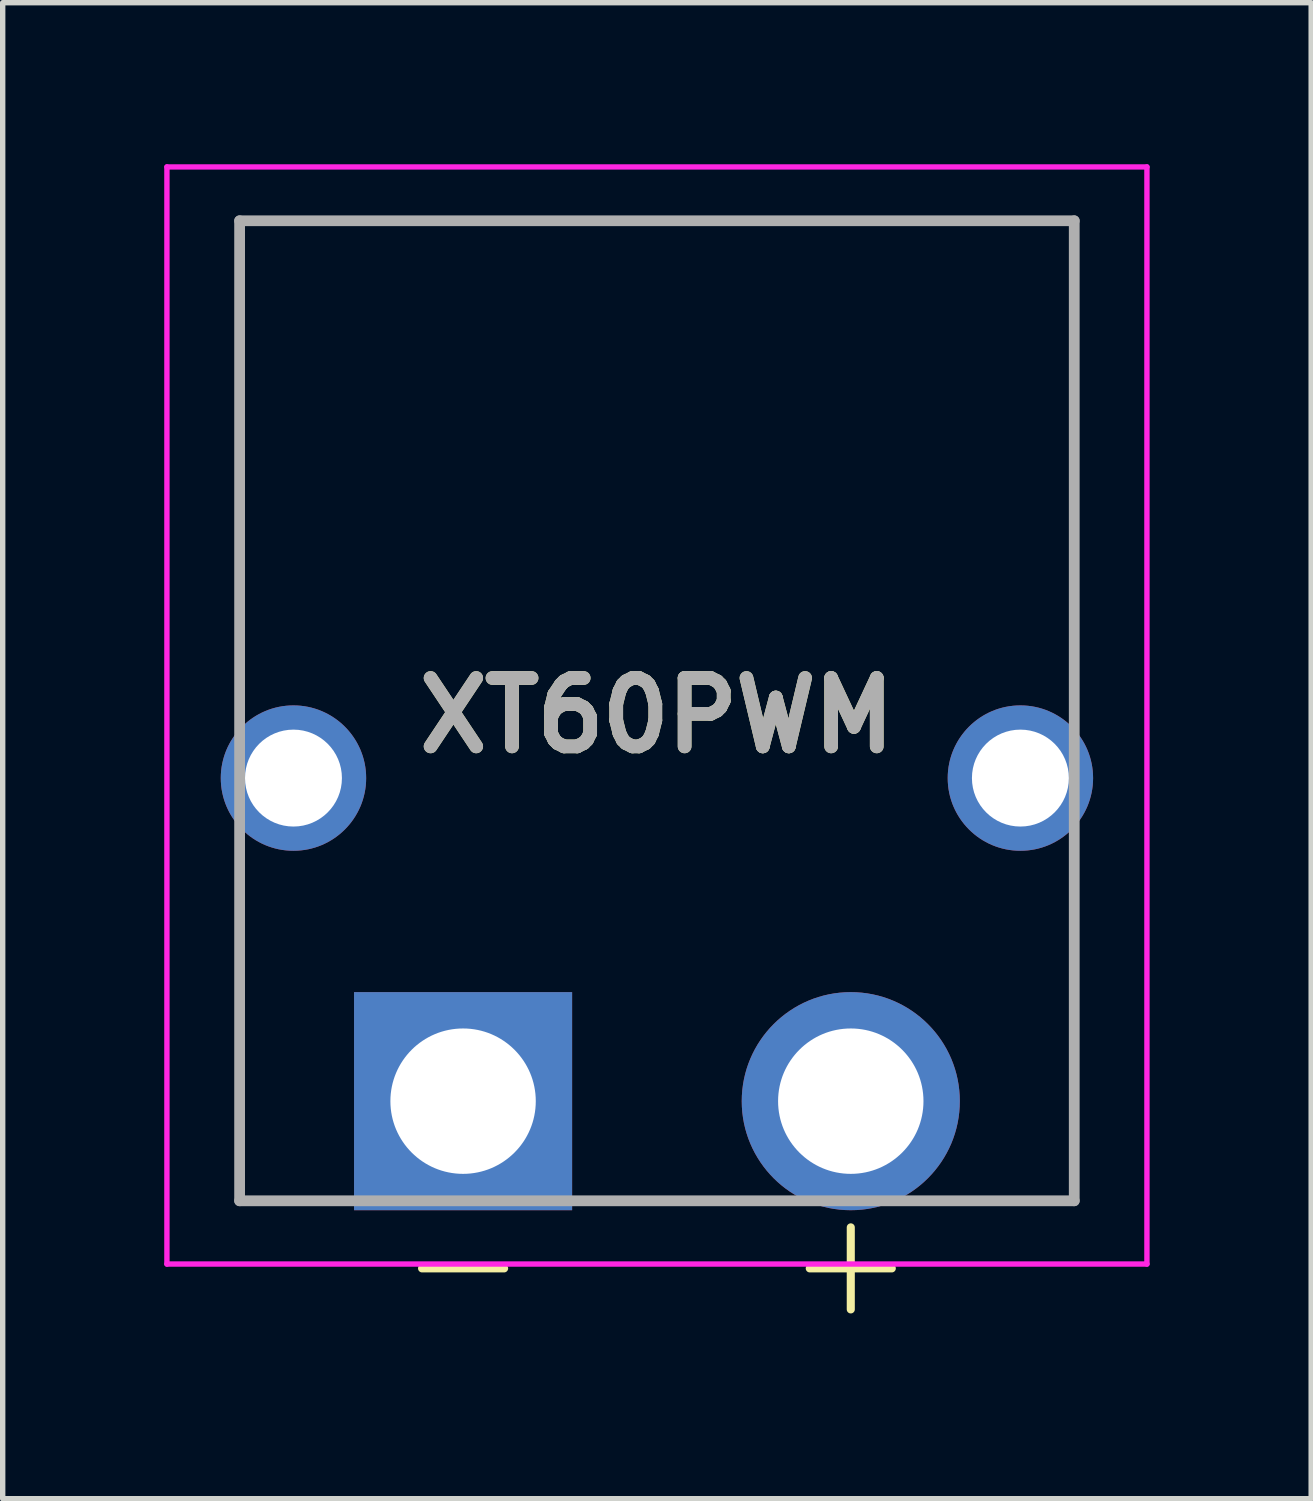
<source format=kicad_pcb>
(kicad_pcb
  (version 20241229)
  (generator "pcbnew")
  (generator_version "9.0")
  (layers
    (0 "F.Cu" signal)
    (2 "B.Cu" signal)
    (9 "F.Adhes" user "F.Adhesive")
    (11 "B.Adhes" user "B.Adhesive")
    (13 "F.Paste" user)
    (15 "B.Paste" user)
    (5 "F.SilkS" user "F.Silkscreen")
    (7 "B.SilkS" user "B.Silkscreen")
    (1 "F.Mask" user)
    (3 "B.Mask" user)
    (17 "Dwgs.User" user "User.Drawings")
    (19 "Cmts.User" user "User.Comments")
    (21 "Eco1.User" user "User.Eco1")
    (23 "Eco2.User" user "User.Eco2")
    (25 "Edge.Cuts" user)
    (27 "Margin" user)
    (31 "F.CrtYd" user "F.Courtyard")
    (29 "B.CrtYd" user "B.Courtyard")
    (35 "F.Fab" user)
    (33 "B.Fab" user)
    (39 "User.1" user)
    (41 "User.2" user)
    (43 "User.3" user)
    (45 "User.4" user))
  (footprint "XT60PWM"
    (layer "F.Cu")
    (at 9.15 17.4)
    (property "Reference" "XT60PWM" (at 0 -7.163 0) (layer "F.SilkS") (effects (font (size 1.27 1.27) (thickness 0.254))))
    (attr through_hole)
    (fp_line (start -7.75 -16.35) (end 7.75 -16.35) (stroke (width 0.1) (type solid)) (layer "F.SilkS"))
    (fp_line (start -7.75 -7) (end -7.75 -16.35) (stroke (width 0.1) (type solid)) (layer "F.SilkS"))
    (fp_line (start -7.75 -3) (end -7.75 1.85) (stroke (width 0.1) (type solid)) (layer "F.SilkS"))
    (fp_line (start -7.75 1.85) (end -5.85 1.85) (stroke (width 0.1) (type solid)) (layer "F.SilkS"))
    (fp_line (start 5.4 1.85) (end 7.75 1.85) (stroke (width 0.1) (type solid)) (layer "F.SilkS"))
    (fp_line (start 7.75 -16.35) (end 7.75 -7) (stroke (width 0.1) (type solid)) (layer "F.SilkS"))
    (fp_line (start 7.75 1.85) (end 7.75 -3) (stroke (width 0.1) (type solid)) (layer "F.SilkS"))
    (fp_line (start -9.1 -17.35) (end 9.1 -17.35) (stroke (width 0.1) (type solid)) (layer "F.CrtYd"))
    (fp_line (start -9.1 3.025) (end -9.1 -17.35) (stroke (width 0.1) (type solid)) (layer "F.CrtYd"))
    (fp_line (start 9.1 -17.35) (end 9.1 3.025) (stroke (width 0.1) (type solid)) (layer "F.CrtYd"))
    (fp_line (start 9.1 3.025) (end -9.1 3.025) (stroke (width 0.1) (type solid)) (layer "F.CrtYd"))
    (fp_line (start -7.75 -16.35) (end 7.75 -16.35) (stroke (width 0.2) (type solid)) (layer "F.Fab"))
    (fp_line (start -7.75 1.85) (end -7.75 -16.35) (stroke (width 0.2) (type solid)) (layer "F.Fab"))
    (fp_line (start 7.75 -16.35) (end 7.75 1.85) (stroke (width 0.2) (type solid)) (layer "F.Fab"))
    (fp_line (start 7.75 1.85) (end -7.75 1.85) (stroke (width 0.2) (type solid)) (layer "F.Fab"))
    (fp_text user "-" (at -3.6 2.95 0) (unlocked yes) (layer "F.SilkS") (effects (font (size 2 2) (thickness 0.15))))
    (fp_text user "+" (at 3.6 2.95 0) (unlocked yes) (layer "F.SilkS") (effects (font (size 2 2) (thickness 0.15))))
    (fp_text user "${REFERENCE}" (at 0 -7.163 0) (layer "F.Fab") (effects (font (size 1.27 1.27) (thickness 0.254))))
    (pad "1" thru_hole rect (at -3.6 0) (size 4.05 4.05) (drill 2.7) (layers "*.Cu" "*.Mask"))
    (pad "2" thru_hole circle (at 3.6 0) (size 4.05 4.05) (drill 2.7) (layers "*.Cu" "*.Mask"))
    (pad "3" thru_hole circle (at 6.75 -6) (size 2.7 2.7) (drill 1.8) (layers "*.Cu" "*.Mask"))
    (pad "4" thru_hole circle (at -6.75 -6) (size 2.7 2.7) (drill 1.8) (layers "*.Cu" "*.Mask")))
  (gr_rect
    (start -3 -3)
    (end 21.3 24.783)
    (stroke (width 0.1) (type default))
    (fill no)
    (layer "Edge.Cuts")))
</source>
